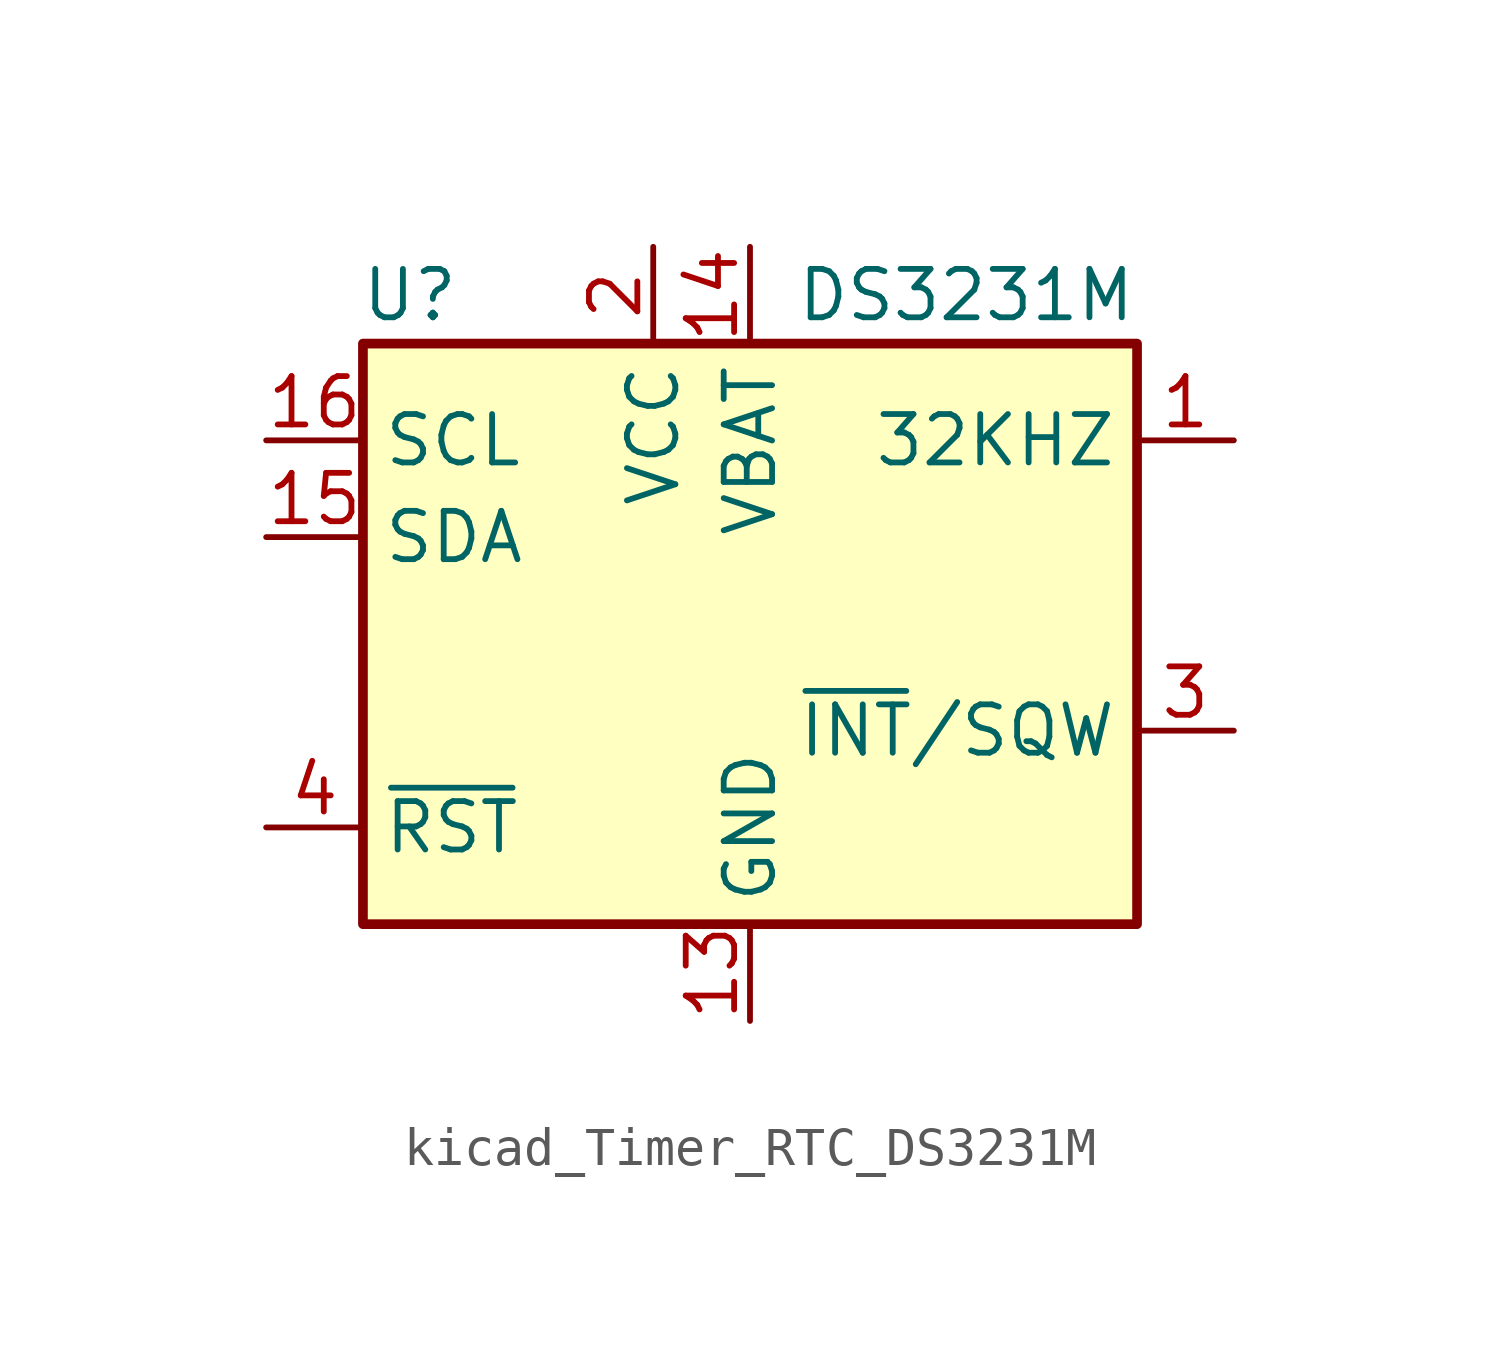
<source format=kicad_sym>
(kicad_symbol_lib
  (version 20220914)
  (generator kicad_symbol_editor)
  (symbol "kicad_Timer_RTC_DS3231M"
    (property "Reference" "U"
      (at -7.62 8.89 0)
      (effects (font (size 1.27 1.27)) (justify right)))
    (property "Value" "DS3231M"
      (at 10.16 8.89 0)
      (effects (font (size 1.27 1.27)) (justify right)))
    (symbol "kicad_Timer_RTC_DS3231M_0_1"
      (rectangle (start -10.16 7.62) (end 10.16 -7.62) (stroke (width 0.254) (type default)) (fill (type background))))
    (symbol "kicad_Timer_RTC_DS3231M_1_1"
      (pin open_collector line (at 12.7 5.08 180) (length 2.54) (name "32KHZ" (effects (font (size 1.27 1.27)))) (number "1" (effects (font (size 1.27 1.27)))))
      (pin passive line (at 0 -10.16 90) (length 2.54) hide (name "GND" (effects (font (size 1.27 1.27)))) (number "10" (effects (font (size 1.27 1.27)))))
      (pin passive line (at 0 -10.16 90) (length 2.54) hide (name "GND" (effects (font (size 1.27 1.27)))) (number "11" (effects (font (size 1.27 1.27)))))
      (pin passive line (at 0 -10.16 90) (length 2.54) hide (name "GND" (effects (font (size 1.27 1.27)))) (number "12" (effects (font (size 1.27 1.27)))))
      (pin power_in line (at 0 -10.16 90) (length 2.54) (name "GND" (effects (font (size 1.27 1.27)))) (number "13" (effects (font (size 1.27 1.27)))))
      (pin power_in line (at 0 10.16 270) (length 2.54) (name "VBAT" (effects (font (size 1.27 1.27)))) (number "14" (effects (font (size 1.27 1.27)))))
      (pin bidirectional line (at -12.7 2.54 0) (length 2.54) (name "SDA" (effects (font (size 1.27 1.27)))) (number "15" (effects (font (size 1.27 1.27)))))
      (pin input line (at -12.7 5.08 0) (length 2.54) (name "SCL" (effects (font (size 1.27 1.27)))) (number "16" (effects (font (size 1.27 1.27)))))
      (pin power_in line (at -2.54 10.16 270) (length 2.54) (name "VCC" (effects (font (size 1.27 1.27)))) (number "2" (effects (font (size 1.27 1.27)))))
      (pin open_collector line (at 12.7 -2.54 180) (length 2.54) (name "~{INT}/SQW" (effects (font (size 1.27 1.27)))) (number "3" (effects (font (size 1.27 1.27)))))
      (pin bidirectional line (at -12.7 -5.08 0) (length 2.54) (name "~{RST}" (effects (font (size 1.27 1.27)))) (number "4" (effects (font (size 1.27 1.27)))))
      (pin passive line (at 0 -10.16 90) (length 2.54) hide (name "GND" (effects (font (size 1.27 1.27)))) (number "5" (effects (font (size 1.27 1.27)))))
      (pin passive line (at 0 -10.16 90) (length 2.54) hide (name "GND" (effects (font (size 1.27 1.27)))) (number "6" (effects (font (size 1.27 1.27)))))
      (pin passive line (at 0 -10.16 90) (length 2.54) hide (name "GND" (effects (font (size 1.27 1.27)))) (number "7" (effects (font (size 1.27 1.27)))))
      (pin passive line (at 0 -10.16 90) (length 2.54) hide (name "GND" (effects (font (size 1.27 1.27)))) (number "8" (effects (font (size 1.27 1.27)))))
      (pin passive line (at 0 -10.16 90) (length 2.54) hide (name "GND" (effects (font (size 1.27 1.27)))) (number "9" (effects (font (size 1.27 1.27))))))))
</source>
